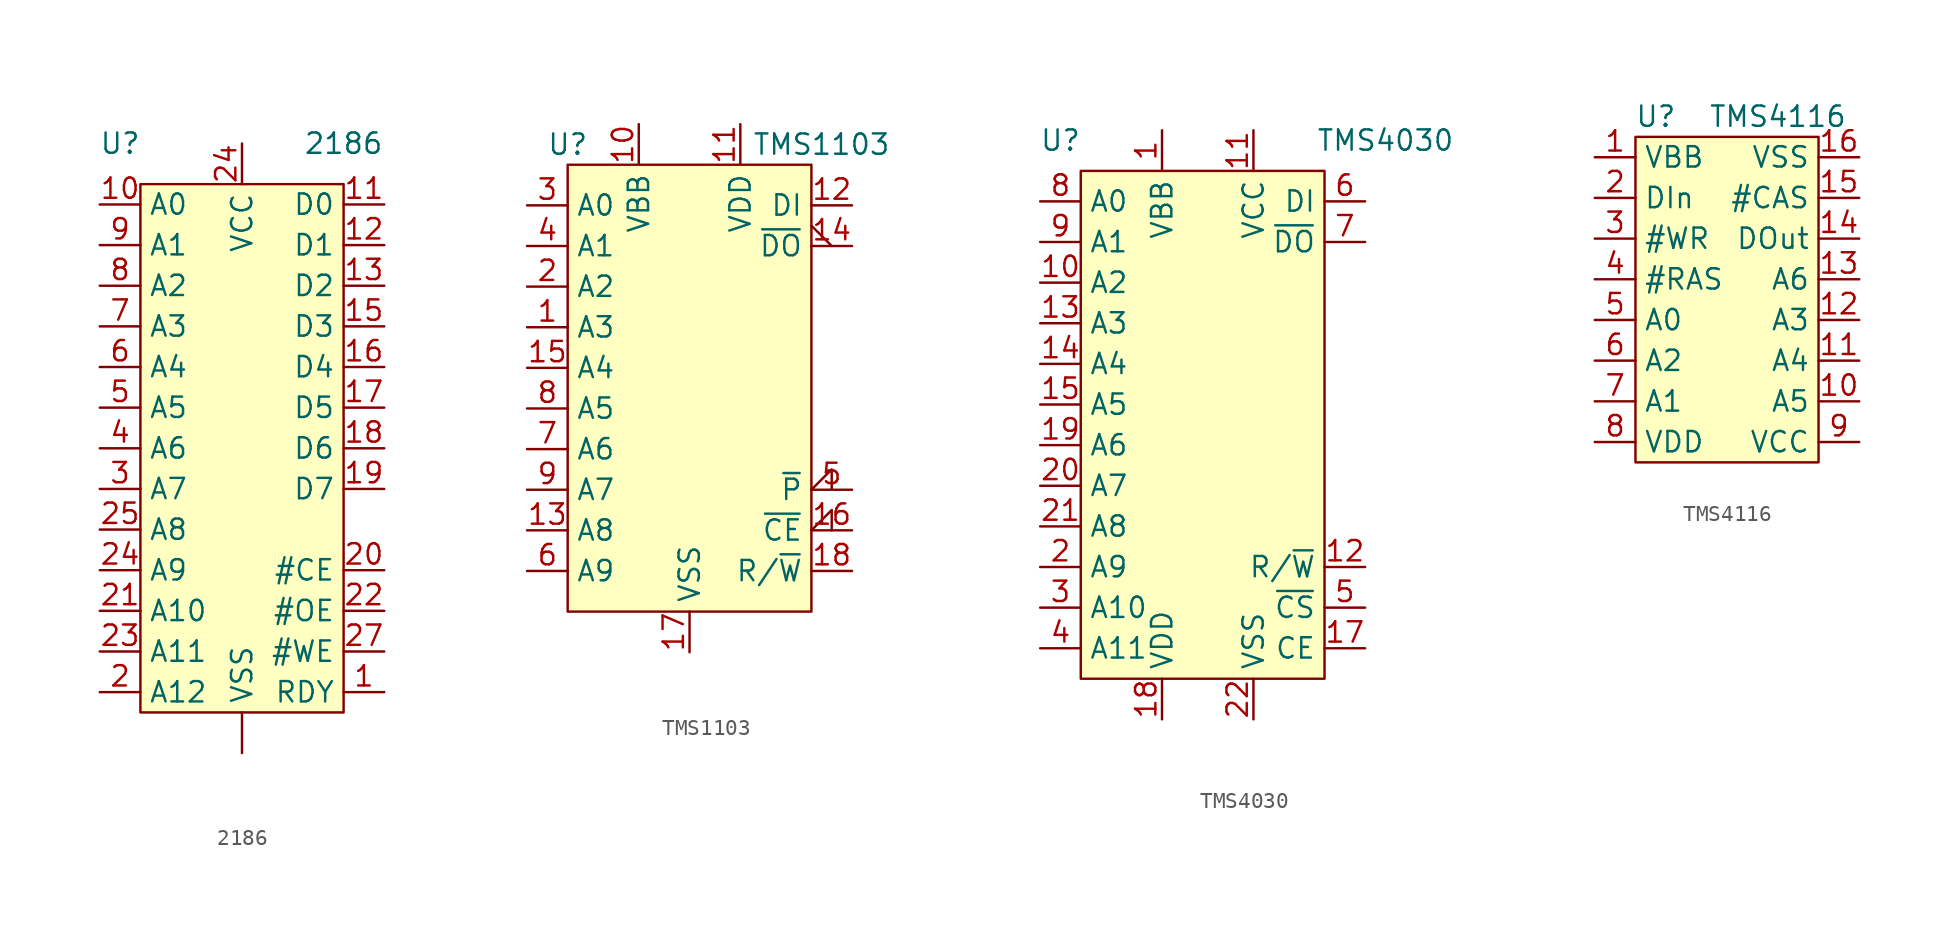
<source format=kicad_sym>
(kicad_symbol_lib
  (version 20211014)
  (generator kicad_symbol_editor)
  (symbol "2186"
    (property "Reference" "U"
      (at -7.62 17.78 0)
      (effects (font (size 1.27 1.27))))
    (property "Value" "2186"
      (at 6.35 17.78 0)
      (effects (font (size 1.27 1.27))))
    (symbol "2186_0_1"
      (rectangle (start -6.35 15.24) (end 6.35 -17.78) (stroke (width 0) (type default) (color 0 0 0 0)) (fill (type background))))
    (symbol "2186_1_1"
      (pin power_in line (at 0 -20.32 90) (length 2.54) (name "VSS" (effects (font (size 1.27 1.27)))) (number "" (effects (font (size 1.27 1.27)))))
      (pin open_collector line (at 8.89 -16.51 180) (length 2.54) (name "RDY" (effects (font (size 1.27 1.27)))) (number "1" (effects (font (size 1.27 1.27)))))
      (pin input line (at -8.89 13.97 0) (length 2.54) (name "A0" (effects (font (size 1.27 1.27)))) (number "10" (effects (font (size 1.27 1.27)))))
      (pin bidirectional line (at 8.89 13.97 180) (length 2.54) (name "D0" (effects (font (size 1.27 1.27)))) (number "11" (effects (font (size 1.27 1.27)))))
      (pin bidirectional line (at 8.89 11.43 180) (length 2.54) (name "D1" (effects (font (size 1.27 1.27)))) (number "12" (effects (font (size 1.27 1.27)))))
      (pin bidirectional line (at 8.89 8.89 180) (length 2.54) (name "D2" (effects (font (size 1.27 1.27)))) (number "13" (effects (font (size 1.27 1.27)))))
      (pin bidirectional line (at 8.89 6.35 180) (length 2.54) (name "D3" (effects (font (size 1.27 1.27)))) (number "15" (effects (font (size 1.27 1.27)))))
      (pin bidirectional line (at 8.89 3.81 180) (length 2.54) (name "D4" (effects (font (size 1.27 1.27)))) (number "16" (effects (font (size 1.27 1.27)))))
      (pin bidirectional line (at 8.89 1.27 180) (length 2.54) (name "D5" (effects (font (size 1.27 1.27)))) (number "17" (effects (font (size 1.27 1.27)))))
      (pin bidirectional line (at 8.89 -1.27 180) (length 2.54) (name "D6" (effects (font (size 1.27 1.27)))) (number "18" (effects (font (size 1.27 1.27)))))
      (pin bidirectional line (at 8.89 -3.81 180) (length 2.54) (name "D7" (effects (font (size 1.27 1.27)))) (number "19" (effects (font (size 1.27 1.27)))))
      (pin input line (at -8.89 -16.51 0) (length 2.54) (name "A12" (effects (font (size 1.27 1.27)))) (number "2" (effects (font (size 1.27 1.27)))))
      (pin input line (at 8.89 -8.89 180) (length 2.54) (name "#CE" (effects (font (size 1.27 1.27)))) (number "20" (effects (font (size 1.27 1.27)))))
      (pin input line (at -8.89 -11.43 0) (length 2.54) (name "A10" (effects (font (size 1.27 1.27)))) (number "21" (effects (font (size 1.27 1.27)))))
      (pin input line (at 8.89 -11.43 180) (length 2.54) (name "#OE" (effects (font (size 1.27 1.27)))) (number "22" (effects (font (size 1.27 1.27)))))
      (pin input line (at -8.89 -13.97 0) (length 2.54) (name "A11" (effects (font (size 1.27 1.27)))) (number "23" (effects (font (size 1.27 1.27)))))
      (pin input line (at -8.89 -8.89 0) (length 2.54) (name "A9" (effects (font (size 1.27 1.27)))) (number "24" (effects (font (size 1.27 1.27)))))
      (pin power_in line (at 0 17.78 270) (length 2.54) (name "VCC" (effects (font (size 1.27 1.27)))) (number "24" (effects (font (size 1.27 1.27)))))
      (pin input line (at -8.89 -6.35 0) (length 2.54) (name "A8" (effects (font (size 1.27 1.27)))) (number "25" (effects (font (size 1.27 1.27)))))
      (pin no_connect line (at 8.89 -6.35 180) (length 2.54) hide (name "NC" (effects (font (size 1.27 1.27)))) (number "26" (effects (font (size 1.27 1.27)))))
      (pin input line (at 8.89 -13.97 180) (length 2.54) (name "#WE" (effects (font (size 1.27 1.27)))) (number "27" (effects (font (size 1.27 1.27)))))
      (pin input line (at -8.89 -3.81 0) (length 2.54) (name "A7" (effects (font (size 1.27 1.27)))) (number "3" (effects (font (size 1.27 1.27)))))
      (pin input line (at -8.89 -1.27 0) (length 2.54) (name "A6" (effects (font (size 1.27 1.27)))) (number "4" (effects (font (size 1.27 1.27)))))
      (pin input line (at -8.89 1.27 0) (length 2.54) (name "A5" (effects (font (size 1.27 1.27)))) (number "5" (effects (font (size 1.27 1.27)))))
      (pin input line (at -8.89 3.81 0) (length 2.54) (name "A4" (effects (font (size 1.27 1.27)))) (number "6" (effects (font (size 1.27 1.27)))))
      (pin input line (at -8.89 6.35 0) (length 2.54) (name "A3" (effects (font (size 1.27 1.27)))) (number "7" (effects (font (size 1.27 1.27)))))
      (pin input line (at -8.89 8.89 0) (length 2.54) (name "A2" (effects (font (size 1.27 1.27)))) (number "8" (effects (font (size 1.27 1.27)))))
      (pin input line (at -8.89 11.43 0) (length 2.54) (name "A1" (effects (font (size 1.27 1.27)))) (number "9" (effects (font (size 1.27 1.27)))))))
  (symbol "TMS1103"
    (property "Reference" "U"
      (at -7.62 15.24 0)
      (effects (font (size 1.27 1.27))))
    (property "Value" "TMS1103"
      (at 8.255 15.24 0)
      (effects (font (size 1.27 1.27))))
    (symbol "TMS1103_0_1"
      (rectangle (start -7.62 13.97) (end 7.62 -13.97) (stroke (width 0) (type default) (color 0 0 0 0)) (fill (type background))))
    (symbol "TMS1103_1_1"
      (pin input line (at -10.16 3.81 0) (length 2.54) (name "A3" (effects (font (size 1.27 1.27)))) (number "1" (effects (font (size 1.27 1.27)))))
      (pin power_in line (at -3.175 16.51 270) (length 2.54) (name "VBB" (effects (font (size 1.27 1.27)))) (number "10" (effects (font (size 1.27 1.27)))))
      (pin power_in line (at 3.175 16.51 270) (length 2.54) (name "VDD" (effects (font (size 1.27 1.27)))) (number "11" (effects (font (size 1.27 1.27)))))
      (pin input line (at 10.16 11.43 180) (length 2.54) (name "DI" (effects (font (size 1.27 1.27)))) (number "12" (effects (font (size 1.27 1.27)))))
      (pin input line (at -10.16 -8.89 0) (length 2.54) (name "A8" (effects (font (size 1.27 1.27)))) (number "13" (effects (font (size 1.27 1.27)))))
      (pin output output_low (at 10.16 8.89 180) (length 2.54) (name "~{DO}" (effects (font (size 1.27 1.27)))) (number "14" (effects (font (size 1.27 1.27)))))
      (pin input line (at -10.16 1.27 0) (length 2.54) (name "A4" (effects (font (size 1.27 1.27)))) (number "15" (effects (font (size 1.27 1.27)))))
      (pin input input_low (at 10.16 -8.89 180) (length 2.54) (name "~{CE}" (effects (font (size 1.27 1.27)))) (number "16" (effects (font (size 1.27 1.27)))))
      (pin power_in line (at 0 -16.51 90) (length 2.54) (name "VSS" (effects (font (size 1.27 1.27)))) (number "17" (effects (font (size 1.27 1.27)))))
      (pin input line (at 10.16 -11.43 180) (length 2.54) (name "R/~{W}" (effects (font (size 1.27 1.27)))) (number "18" (effects (font (size 1.27 1.27)))))
      (pin input line (at -10.16 6.35 0) (length 2.54) (name "A2" (effects (font (size 1.27 1.27)))) (number "2" (effects (font (size 1.27 1.27)))))
      (pin input line (at -10.16 11.43 0) (length 2.54) (name "A0" (effects (font (size 1.27 1.27)))) (number "3" (effects (font (size 1.27 1.27)))))
      (pin input line (at -10.16 8.89 0) (length 2.54) (name "A1" (effects (font (size 1.27 1.27)))) (number "4" (effects (font (size 1.27 1.27)))))
      (pin input input_low (at 10.16 -6.35 180) (length 2.54) (name "~{P}" (effects (font (size 1.27 1.27)))) (number "5" (effects (font (size 1.27 1.27)))))
      (pin input line (at -10.16 -11.43 0) (length 2.54) (name "A9" (effects (font (size 1.27 1.27)))) (number "6" (effects (font (size 1.27 1.27)))))
      (pin input line (at -10.16 -3.81 0) (length 2.54) (name "A6" (effects (font (size 1.27 1.27)))) (number "7" (effects (font (size 1.27 1.27)))))
      (pin input line (at -10.16 -1.27 0) (length 2.54) (name "A5" (effects (font (size 1.27 1.27)))) (number "8" (effects (font (size 1.27 1.27)))))
      (pin input line (at -10.16 -6.35 0) (length 2.54) (name "A7" (effects (font (size 1.27 1.27)))) (number "9" (effects (font (size 1.27 1.27)))))))
  (symbol "TMS4030"
    (property "Reference" "U"
      (at -5.08 17.78 0)
      (effects (font (size 1.27 1.27))))
    (property "Value" "TMS4030"
      (at 15.24 17.78 0)
      (effects (font (size 1.27 1.27))))
    (symbol "TMS4030_0_1"
      (rectangle (start -3.81 15.875) (end 11.43 -15.875) (stroke (width 0) (type default) (color 0 0 0 0)) (fill (type background))))
    (symbol "TMS4030_1_1"
      (pin power_in line (at 1.27 18.415 270) (length 2.54) (name "VBB" (effects (font (size 1.27 1.27)))) (number "1" (effects (font (size 1.27 1.27)))))
      (pin input line (at -6.35 8.89 0) (length 2.54) (name "A2" (effects (font (size 1.27 1.27)))) (number "10" (effects (font (size 1.27 1.27)))))
      (pin input line (at 6.985 18.415 270) (length 2.54) (name "VCC" (effects (font (size 1.27 1.27)))) (number "11" (effects (font (size 1.27 1.27)))))
      (pin input line (at 13.97 -8.89 180) (length 2.54) (name "R/~{W}" (effects (font (size 1.27 1.27)))) (number "12" (effects (font (size 1.27 1.27)))))
      (pin input line (at -6.35 6.35 0) (length 2.54) (name "A3" (effects (font (size 1.27 1.27)))) (number "13" (effects (font (size 1.27 1.27)))))
      (pin input line (at -6.35 3.81 0) (length 2.54) (name "A4" (effects (font (size 1.27 1.27)))) (number "14" (effects (font (size 1.27 1.27)))))
      (pin input line (at -6.35 1.27 0) (length 2.54) (name "A5" (effects (font (size 1.27 1.27)))) (number "15" (effects (font (size 1.27 1.27)))))
      (pin no_connect line (at 13.97 0 180) (length 2.54) hide (name "N.C." (effects (font (size 1.27 1.27)))) (number "16" (effects (font (size 1.27 1.27)))))
      (pin input line (at 13.97 -13.97 180) (length 2.54) (name "CE" (effects (font (size 1.27 1.27)))) (number "17" (effects (font (size 1.27 1.27)))))
      (pin power_in line (at 1.27 -18.415 90) (length 2.54) (name "VDD" (effects (font (size 1.27 1.27)))) (number "18" (effects (font (size 1.27 1.27)))))
      (pin input line (at -6.35 -1.27 0) (length 2.54) (name "A6" (effects (font (size 1.27 1.27)))) (number "19" (effects (font (size 1.27 1.27)))))
      (pin input line (at -6.35 -8.89 0) (length 2.54) (name "A9" (effects (font (size 1.27 1.27)))) (number "2" (effects (font (size 1.27 1.27)))))
      (pin input line (at -6.35 -3.81 0) (length 2.54) (name "A7" (effects (font (size 1.27 1.27)))) (number "20" (effects (font (size 1.27 1.27)))))
      (pin input line (at -6.35 -6.35 0) (length 2.54) (name "A8" (effects (font (size 1.27 1.27)))) (number "21" (effects (font (size 1.27 1.27)))))
      (pin power_in line (at 6.985 -18.415 90) (length 2.54) (name "VSS" (effects (font (size 1.27 1.27)))) (number "22" (effects (font (size 1.27 1.27)))))
      (pin input line (at -6.35 -11.43 0) (length 2.54) (name "A10" (effects (font (size 1.27 1.27)))) (number "3" (effects (font (size 1.27 1.27)))))
      (pin input line (at -6.35 -13.97 0) (length 2.54) (name "A11" (effects (font (size 1.27 1.27)))) (number "4" (effects (font (size 1.27 1.27)))))
      (pin input line (at 13.97 -11.43 180) (length 2.54) (name "~{CS}" (effects (font (size 1.27 1.27)))) (number "5" (effects (font (size 1.27 1.27)))))
      (pin input line (at 13.97 13.97 180) (length 2.54) (name "DI" (effects (font (size 1.27 1.27)))) (number "6" (effects (font (size 1.27 1.27)))))
      (pin output line (at 13.97 11.43 180) (length 2.54) (name "~{DO}" (effects (font (size 1.27 1.27)))) (number "7" (effects (font (size 1.27 1.27)))))
      (pin input line (at -6.35 13.97 0) (length 2.54) (name "A0" (effects (font (size 1.27 1.27)))) (number "8" (effects (font (size 1.27 1.27)))))
      (pin input line (at -6.35 11.43 0) (length 2.54) (name "A1" (effects (font (size 1.27 1.27)))) (number "9" (effects (font (size 1.27 1.27)))))))
  (symbol "TMS4116"
    (property "Reference" "U"
      (at -5.08 11.43 0)
      (effects (font (size 1.27 1.27))))
    (property "Value" "TMS4116"
      (at 2.54 11.43 0)
      (effects (font (size 1.27 1.27))))
    (symbol "TMS4116_0_1"
      (rectangle (start -6.35 10.16) (end 5.08 -10.16) (stroke (width 0) (type default) (color 0 0 0 0)) (fill (type background))))
    (symbol "TMS4116_1_1"
      (pin power_in line (at -8.89 8.89 0) (length 2.54) (name "VBB" (effects (font (size 1.27 1.27)))) (number "1" (effects (font (size 1.27 1.27)))))
      (pin input line (at 7.62 -6.35 180) (length 2.54) (name "A5" (effects (font (size 1.27 1.27)))) (number "10" (effects (font (size 1.27 1.27)))))
      (pin input line (at 7.62 -3.81 180) (length 2.54) (name "A4" (effects (font (size 1.27 1.27)))) (number "11" (effects (font (size 1.27 1.27)))))
      (pin input line (at 7.62 -1.27 180) (length 2.54) (name "A3" (effects (font (size 1.27 1.27)))) (number "12" (effects (font (size 1.27 1.27)))))
      (pin input line (at 7.62 1.27 180) (length 2.54) (name "A6" (effects (font (size 1.27 1.27)))) (number "13" (effects (font (size 1.27 1.27)))))
      (pin tri_state line (at 7.62 3.81 180) (length 2.54) (name "DOut" (effects (font (size 1.27 1.27)))) (number "14" (effects (font (size 1.27 1.27)))))
      (pin input line (at 7.62 6.35 180) (length 2.54) (name "#CAS" (effects (font (size 1.27 1.27)))) (number "15" (effects (font (size 1.27 1.27)))))
      (pin power_in line (at 7.62 8.89 180) (length 2.54) (name "VSS" (effects (font (size 1.27 1.27)))) (number "16" (effects (font (size 1.27 1.27)))))
      (pin input line (at -8.89 6.35 0) (length 2.54) (name "DIn" (effects (font (size 1.27 1.27)))) (number "2" (effects (font (size 1.27 1.27)))))
      (pin input line (at -8.89 3.81 0) (length 2.54) (name "#WR" (effects (font (size 1.27 1.27)))) (number "3" (effects (font (size 1.27 1.27)))))
      (pin input line (at -8.89 1.27 0) (length 2.54) (name "#RAS" (effects (font (size 1.27 1.27)))) (number "4" (effects (font (size 1.27 1.27)))))
      (pin input line (at -8.89 -1.27 0) (length 2.54) (name "A0" (effects (font (size 1.27 1.27)))) (number "5" (effects (font (size 1.27 1.27)))))
      (pin input line (at -8.89 -3.81 0) (length 2.54) (name "A2" (effects (font (size 1.27 1.27)))) (number "6" (effects (font (size 1.27 1.27)))))
      (pin input line (at -8.89 -6.35 0) (length 2.54) (name "A1" (effects (font (size 1.27 1.27)))) (number "7" (effects (font (size 1.27 1.27)))))
      (pin power_in line (at -8.89 -8.89 0) (length 2.54) (name "VDD" (effects (font (size 1.27 1.27)))) (number "8" (effects (font (size 1.27 1.27)))))
      (pin power_in line (at 7.62 -8.89 180) (length 2.54) (name "VCC" (effects (font (size 1.27 1.27)))) (number "9" (effects (font (size 1.27 1.27))))))))
</source>
